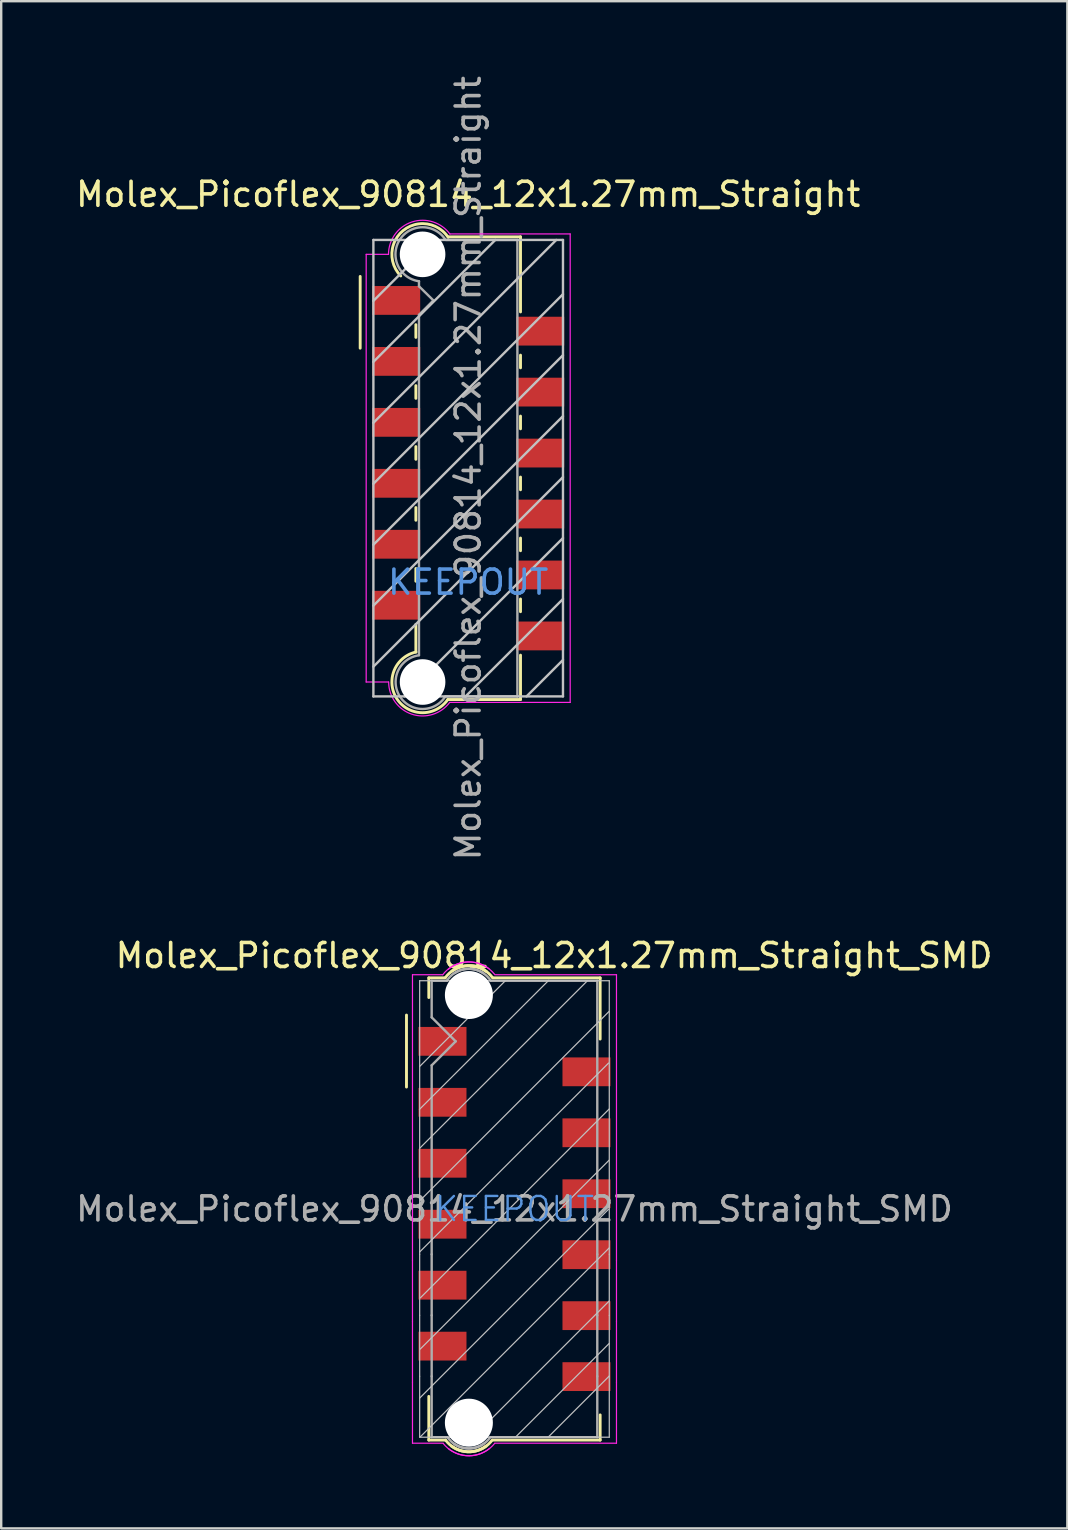
<source format=kicad_pcb>
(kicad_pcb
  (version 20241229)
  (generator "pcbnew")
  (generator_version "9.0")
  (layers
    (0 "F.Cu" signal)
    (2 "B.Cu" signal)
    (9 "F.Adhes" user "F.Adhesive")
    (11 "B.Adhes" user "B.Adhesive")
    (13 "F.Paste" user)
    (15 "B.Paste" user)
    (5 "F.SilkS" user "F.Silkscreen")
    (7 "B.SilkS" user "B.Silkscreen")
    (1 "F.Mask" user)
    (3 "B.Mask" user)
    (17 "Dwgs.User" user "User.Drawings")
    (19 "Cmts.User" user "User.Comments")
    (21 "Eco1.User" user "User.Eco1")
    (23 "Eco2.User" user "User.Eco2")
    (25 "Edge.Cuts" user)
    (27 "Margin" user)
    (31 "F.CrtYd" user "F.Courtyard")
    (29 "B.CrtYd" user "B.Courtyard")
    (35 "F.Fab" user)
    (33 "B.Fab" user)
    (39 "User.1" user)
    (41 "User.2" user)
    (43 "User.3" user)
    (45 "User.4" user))
  (footprint "Molex_Picoflex_90814_12x1.27mm_Straight_SMD"
    (layer "F.Cu")
    (at 18.387 47.325)
    (property "Reference" "Molex_Picoflex_90814_12x1.27mm_Straight_SMD" (at 1.65 -10.56 0) (layer "F.SilkS") (effects (font (size 1 1) (thickness 0.15))))
    (attr smd)
    (fp_line (start -4.5 -8.08) (end -4.5 -5.08) (stroke (width 0.12) (type solid)) (layer "F.SilkS"))
    (fp_line (start -3.57 -9.63) (end -2.89 -9.63) (stroke (width 0.12) (type solid)) (layer "F.SilkS"))
    (fp_line (start -3.57 -8.81) (end -3.57 -9.63) (stroke (width 0.12) (type solid)) (layer "F.SilkS"))
    (fp_line (start -3.57 9.63) (end -3.57 7.81) (stroke (width 0.12) (type solid)) (layer "F.SilkS"))
    (fp_line (start -2.87 9.63) (end -3.57 9.63) (stroke (width 0.12) (type solid)) (layer "F.SilkS"))
    (fp_line (start -0.89 -9.63) (end 3.57 -9.63) (stroke (width 0.12) (type solid)) (layer "F.SilkS"))
    (fp_line (start 3.57 -9.63) (end 3.57 -7.08) (stroke (width 0.12) (type solid)) (layer "F.SilkS"))
    (fp_line (start 3.57 8.58) (end 3.57 9.63) (stroke (width 0.12) (type solid)) (layer "F.SilkS"))
    (fp_line (start 3.57 9.63) (end -0.9 9.63) (stroke (width 0.12) (type solid)) (layer "F.SilkS"))
    (fp_arc (start -2.88 -9.64) (mid -2.083848 -10.122082) (end -1.18 -9.9) (stroke (width 0.12) (type solid)) (layer "F.SilkS"))
    (fp_arc (start -2.61 -9.91) (mid -1.70201 -10.122082) (end -0.91 -9.63) (stroke (width 0.12) (type solid)) (layer "F.SilkS"))
    (fp_arc (start -1.18 9.88) (mid -2.076777 10.10501) (end -2.87 9.63) (stroke (width 0.12) (type solid)) (layer "F.SilkS"))
    (fp_arc (start -0.93 9.63) (mid -1.723223 10.10501) (end -2.62 9.88) (stroke (width 0.12) (type solid)) (layer "F.SilkS"))
    (fp_line (start -3.96 -4.15) (end 1.43 -9.53) (stroke (width 0.05) (type solid)) (layer "Dwgs.User"))
    (fp_line (start -3.95 -5.94) (end -0.38 -9.51) (stroke (width 0.05) (type solid)) (layer "Dwgs.User"))
    (fp_line (start -3.95 -2.53) (end 3.04 -9.51) (stroke (width 0.05) (type solid)) (layer "Dwgs.User"))
    (fp_line (start -3.95 1.79) (end 3.92 -6.08) (stroke (width 0.05) (type solid)) (layer "Dwgs.User"))
    (fp_line (start -3.95 1.89) (end -3.95 -9.51) (stroke (width 0.05) (type solid)) (layer "Dwgs.User"))
    (fp_line (start -3.95 4.43) (end -3.95 1.89) (stroke (width 0.05) (type solid)) (layer "Dwgs.User"))
    (fp_line (start -3.95 6.97) (end -3.95 4.43) (stroke (width 0.05) (type solid)) (layer "Dwgs.User"))
    (fp_line (start -3.95 6.97) (end -3.95 9.51) (stroke (width 0.05) (type solid)) (layer "Dwgs.User"))
    (fp_line (start -3.95 7.88) (end 3.92 0.01) (stroke (width 0.05) (type solid)) (layer "Dwgs.User"))
    (fp_line (start -3.95 9.51) (end 3.95 9.51) (stroke (width 0.05) (type solid)) (layer "Dwgs.User"))
    (fp_line (start -3.93 -0.36) (end 3.94 -8.23) (stroke (width 0.05) (type solid)) (layer "Dwgs.User"))
    (fp_line (start -3.93 5.84) (end 3.94 -2.03) (stroke (width 0.05) (type solid)) (layer "Dwgs.User"))
    (fp_line (start -3.92 3.7) (end 3.95 -4.17) (stroke (width 0.05) (type solid)) (layer "Dwgs.User"))
    (fp_line (start -3.92 9.49) (end 3.95 1.62) (stroke (width 0.05) (type solid)) (layer "Dwgs.User"))
    (fp_line (start -1.74 9.52) (end 3.95 3.83) (stroke (width 0.05) (type solid)) (layer "Dwgs.User"))
    (fp_line (start 0.03 9.52) (end 3.95 5.6) (stroke (width 0.05) (type solid)) (layer "Dwgs.User"))
    (fp_line (start 1.4 9.51) (end 3.95 6.96) (stroke (width 0.05) (type solid)) (layer "Dwgs.User"))
    (fp_line (start 3.95 -9.51) (end -3.95 -9.51) (stroke (width 0.05) (type solid)) (layer "Dwgs.User"))
    (fp_line (start 3.95 -9.51) (end 3.95 1.89) (stroke (width 0.05) (type solid)) (layer "Dwgs.User"))
    (fp_line (start 3.95 1.89) (end 3.95 4.43) (stroke (width 0.05) (type solid)) (layer "Dwgs.User"))
    (fp_line (start 3.95 4.43) (end 3.95 6.97) (stroke (width 0.05) (type solid)) (layer "Dwgs.User"))
    (fp_line (start 3.95 6.97) (end 3.95 9.51) (stroke (width 0.05) (type solid)) (layer "Dwgs.User"))
    (fp_line (start -4.25 -9.76) (end -4.25 2.14) (stroke (width 0.05) (type solid)) (layer "F.CrtYd"))
    (fp_line (start -4.25 2.14) (end -4.25 4.68) (stroke (width 0.05) (type solid)) (layer "F.CrtYd"))
    (fp_line (start -4.25 4.68) (end -4.25 7.22) (stroke (width 0.05) (type solid)) (layer "F.CrtYd"))
    (fp_line (start -4.25 9.76) (end -4.25 7.22) (stroke (width 0.05) (type solid)) (layer "F.CrtYd"))
    (fp_line (start -4.25 9.76) (end -2.97 9.76) (stroke (width 0.05) (type solid)) (layer "F.CrtYd"))
    (fp_line (start -2.99 -9.76) (end -4.25 -9.76) (stroke (width 0.05) (type solid)) (layer "F.CrtYd"))
    (fp_line (start -0.82 -9.76) (end 4.25 -9.76) (stroke (width 0.05) (type solid)) (layer "F.CrtYd"))
    (fp_line (start 4.25 -9.76) (end 4.25 2.14) (stroke (width 0.05) (type solid)) (layer "F.CrtYd"))
    (fp_line (start 4.25 4.68) (end 4.25 2.14) (stroke (width 0.05) (type solid)) (layer "F.CrtYd"))
    (fp_line (start 4.25 7.22) (end 4.25 4.68) (stroke (width 0.05) (type solid)) (layer "F.CrtYd"))
    (fp_line (start 4.25 7.22) (end 4.25 9.76) (stroke (width 0.05) (type solid)) (layer "F.CrtYd"))
    (fp_line (start 4.25 9.76) (end -0.82 9.76) (stroke (width 0.05) (type solid)) (layer "F.CrtYd"))
    (fp_arc (start -2.99 -9.76) (mid -2.076777 -10.284716) (end -1.06 -10.01) (stroke (width 0.05) (type solid)) (layer "F.CrtYd"))
    (fp_arc (start -2.76 -9.99) (mid -1.751508 -10.284716) (end -0.83 -9.78) (stroke (width 0.05) (type solid)) (layer "F.CrtYd"))
    (fp_arc (start -1.04 9.98) (mid -2.048492 10.274716) (end -2.97 9.77) (stroke (width 0.05) (type solid)) (layer "F.CrtYd"))
    (fp_arc (start -0.82 9.76) (mid -1.737365 10.274716) (end -2.75 9.99) (stroke (width 0.05) (type solid)) (layer "F.CrtYd"))
    (fp_line (start -3.45 -9.51) (end -3.45 -7.985) (stroke (width 0.1) (type solid)) (layer "F.Fab"))
    (fp_line (start -3.45 -9.51) (end -2.81 -9.51) (stroke (width 0.1) (type solid)) (layer "F.Fab"))
    (fp_line (start -3.45 -5.985) (end -2.45 -6.985) (stroke (width 0.1) (type solid)) (layer "F.Fab"))
    (fp_line (start -3.45 1.89) (end -3.45 -5.985) (stroke (width 0.1) (type solid)) (layer "F.Fab"))
    (fp_line (start -3.45 1.89) (end -3.45 4.43) (stroke (width 0.1) (type solid)) (layer "F.Fab"))
    (fp_line (start -3.45 4.43) (end -3.45 6.97) (stroke (width 0.1) (type solid)) (layer "F.Fab"))
    (fp_line (start -3.45 6.97) (end -3.45 9.51) (stroke (width 0.1) (type solid)) (layer "F.Fab"))
    (fp_line (start -3.45 9.51) (end -2.79 9.51) (stroke (width 0.1) (type solid)) (layer "F.Fab"))
    (fp_line (start -2.45 -6.985) (end -3.45 -7.985) (stroke (width 0.1) (type solid)) (layer "F.Fab"))
    (fp_line (start -1 -9.51) (end 3.45 -9.51) (stroke (width 0.1) (type solid)) (layer "F.Fab"))
    (fp_line (start 3.45 -9.51) (end 3.45 1.89) (stroke (width 0.1) (type solid)) (layer "F.Fab"))
    (fp_line (start 3.45 1.89) (end 3.45 4.43) (stroke (width 0.1) (type solid)) (layer "F.Fab"))
    (fp_line (start 3.45 4.43) (end 3.45 6.97) (stroke (width 0.1) (type solid)) (layer "F.Fab"))
    (fp_line (start 3.45 6.97) (end 3.45 9.51) (stroke (width 0.1) (type solid)) (layer "F.Fab"))
    (fp_line (start 3.45 9.51) (end -1 9.51) (stroke (width 0.1) (type solid)) (layer "F.Fab"))
    (fp_arc (start -2.81 -9.52) (mid -2.119203 -9.987731) (end -1.3 -9.83) (stroke (width 0.1) (type solid)) (layer "F.Fab"))
    (fp_arc (start -2.49 -9.83) (mid -1.673726 -9.98066) (end -0.99 -9.51) (stroke (width 0.1) (type solid)) (layer "F.Fab"))
    (fp_arc (start -1.29 9.79) (mid -2.09799 9.96066) (end -2.79 9.51) (stroke (width 0.1) (type solid)) (layer "F.Fab"))
    (fp_arc (start -1.01 9.51) (mid -1.70201 9.96066) (end -2.51 9.79) (stroke (width 0.1) (type solid)) (layer "F.Fab"))
    (fp_text user "KEEPOUT" (at 0 0 0) (layer "Cmts.User") (effects (font (size 1 1) (thickness 0.1))))
    (fp_text user "${REFERENCE}" (at 0 0 0) (layer "F.Fab") (effects (font (size 1 1) (thickness 0.15))))
    (pad "" np_thru_hole circle (at -1.9 -8.915) (size 2 2) (drill 2) (layers "*.Cu" "*.Mask"))
    (pad "" np_thru_hole circle (at -1.9 8.905) (size 2 2) (drill 2) (layers "*.Cu" "*.Mask"))
    (pad "1" smd rect (at -3 -6.985) (size 2 1.2) (layers "F.Cu" "F.Mask" "F.Paste"))
    (pad "2" smd rect (at 3 -5.715) (size 2 1.2) (layers "F.Cu" "F.Mask" "F.Paste"))
    (pad "3" smd rect (at -3 -4.445) (size 2 1.2) (layers "F.Cu" "F.Mask" "F.Paste"))
    (pad "4" smd rect (at 3 -3.175) (size 2 1.2) (layers "F.Cu" "F.Mask" "F.Paste"))
    (pad "5" smd rect (at -3 -1.905) (size 2 1.2) (layers "F.Cu" "F.Mask" "F.Paste"))
    (pad "6" smd rect (at 3 -0.635) (size 2 1.2) (layers "F.Cu" "F.Mask" "F.Paste"))
    (pad "7" smd rect (at -3 0.635) (size 2 1.2) (layers "F.Cu" "F.Mask" "F.Paste"))
    (pad "8" smd rect (at 3 1.905) (size 2 1.2) (layers "F.Cu" "F.Mask" "F.Paste"))
    (pad "9" smd rect (at -3 3.175) (size 2 1.2) (layers "F.Cu" "F.Mask" "F.Paste"))
    (pad "10" smd rect (at 3 4.445) (size 2 1.2) (layers "F.Cu" "F.Mask" "F.Paste"))
    (pad "11" smd rect (at -3 5.715) (size 2 1.2) (layers "F.Cu" "F.Mask" "F.Paste"))
    (pad "12" smd rect (at 3 6.985) (size 2 1.2) (layers "F.Cu" "F.Mask" "F.Paste")))
  (footprint "Molex_Picoflex_90814_12x1.27mm_Straight"
    (layer "F.Cu")
    (at 16.458 16.458)
    (property "Reference" "Molex_Picoflex_90814_12x1.27mm_Straight" (at 0 -11.41 0) (layer "F.SilkS") (effects (font (size 1 1) (thickness 0.15))))
    (attr smd)
    (fp_line (start -4.5 -7.99) (end -4.5 -5) (stroke (width 0.12) (type solid)) (layer "F.SilkS"))
    (fp_line (start -2.18 -5.45) (end -2.18 -5.98) (stroke (width 0.12) (type solid)) (layer "F.SilkS"))
    (fp_line (start -2.18 -2.91) (end -2.18 -3.44) (stroke (width 0.12) (type solid)) (layer "F.SilkS"))
    (fp_line (start -2.18 -0.37) (end -2.18 -0.9) (stroke (width 0.12) (type solid)) (layer "F.SilkS"))
    (fp_line (start -2.18 2.17) (end -2.18 1.64) (stroke (width 0.12) (type solid)) (layer "F.SilkS"))
    (fp_line (start -2.18 4.71) (end -2.18 4.18) (stroke (width 0.12) (type solid)) (layer "F.SilkS"))
    (fp_line (start -2.18 7.66) (end -2.18 6.51) (stroke (width 0.12) (type solid)) (layer "F.SilkS"))
    (fp_line (start 2.18 -9.64) (end -0.82 -9.64) (stroke (width 0.12) (type solid)) (layer "F.SilkS"))
    (fp_line (start 2.18 -9.64) (end 2.18 -6.51) (stroke (width 0.12) (type solid)) (layer "F.SilkS"))
    (fp_line (start 2.18 -4.71) (end 2.18 -4.18) (stroke (width 0.12) (type solid)) (layer "F.SilkS"))
    (fp_line (start 2.18 -2.17) (end 2.18 -1.64) (stroke (width 0.12) (type solid)) (layer "F.SilkS"))
    (fp_line (start 2.18 0.37) (end 2.18 0.9) (stroke (width 0.12) (type solid)) (layer "F.SilkS"))
    (fp_line (start 2.18 2.91) (end 2.18 3.44) (stroke (width 0.12) (type solid)) (layer "F.SilkS"))
    (fp_line (start 2.18 5.45) (end 2.18 5.98) (stroke (width 0.12) (type solid)) (layer "F.SilkS"))
    (fp_line (start 2.18 7.79) (end 2.18 9.64) (stroke (width 0.12) (type solid)) (layer "F.SilkS"))
    (fp_line (start 2.18 9.64) (end -0.85 9.64) (stroke (width 0.12) (type solid)) (layer "F.SilkS"))
    (fp_arc (start -2.81 -8.01) (mid -2.708637 -9.902072) (end -0.834991 -9.619828) (stroke (width 0.12) (type solid)) (layer "F.SilkS"))
    (fp_arc (start -0.85 9.64) (mid -2.962791 9.621248) (end -2.174424 7.660964) (stroke (width 0.12) (type solid)) (layer "F.SilkS"))
    (fp_line (start -3.95 -9.51) (end -3.95 9.51) (stroke (width 0.1) (type solid)) (layer "Dwgs.User"))
    (fp_line (start -3.95 -6.97) (end -1.41 -9.51) (stroke (width 0.1) (type solid)) (layer "Dwgs.User"))
    (fp_line (start -3.95 -4.43) (end 1.13 -9.51) (stroke (width 0.1) (type solid)) (layer "Dwgs.User"))
    (fp_line (start -3.95 -1.89) (end 3.67 -9.51) (stroke (width 0.1) (type solid)) (layer "Dwgs.User"))
    (fp_line (start -3.95 0.65) (end 3.95 -7.25) (stroke (width 0.1) (type solid)) (layer "Dwgs.User"))
    (fp_line (start -3.95 3.19) (end 3.95 -4.71) (stroke (width 0.1) (type solid)) (layer "Dwgs.User"))
    (fp_line (start -3.95 5.73) (end 3.95 -2.17) (stroke (width 0.1) (type solid)) (layer "Dwgs.User"))
    (fp_line (start -3.95 8.27) (end 3.95 0.37) (stroke (width 0.1) (type solid)) (layer "Dwgs.User"))
    (fp_line (start -3.95 9.51) (end 3.95 9.51) (stroke (width 0.1) (type solid)) (layer "Dwgs.User"))
    (fp_line (start -2.65 9.51) (end 3.95 2.91) (stroke (width 0.1) (type solid)) (layer "Dwgs.User"))
    (fp_line (start -0.11 9.51) (end 3.95 5.45) (stroke (width 0.1) (type solid)) (layer "Dwgs.User"))
    (fp_line (start 2.43 9.51) (end 3.95 7.99) (stroke (width 0.1) (type solid)) (layer "Dwgs.User"))
    (fp_line (start 3.95 -9.51) (end -3.95 -9.51) (stroke (width 0.1) (type solid)) (layer "Dwgs.User"))
    (fp_line (start 3.95 9.51) (end 3.95 -9.51) (stroke (width 0.1) (type solid)) (layer "Dwgs.User"))
    (fp_line (start -4.25 8.91) (end -4.25 -8.91) (stroke (width 0.05) (type solid)) (layer "F.CrtYd"))
    (fp_line (start -3.32 -8.91) (end -4.25 -8.91) (stroke (width 0.05) (type solid)) (layer "F.CrtYd"))
    (fp_line (start -3.32 8.91) (end -4.25 8.91) (stroke (width 0.05) (type solid)) (layer "F.CrtYd"))
    (fp_line (start 4.25 -9.76) (end -0.76 -9.76) (stroke (width 0.05) (type solid)) (layer "F.CrtYd"))
    (fp_line (start 4.25 -9.76) (end 4.25 9.76) (stroke (width 0.05) (type solid)) (layer "F.CrtYd"))
    (fp_line (start 4.25 9.76) (end -0.77 9.76) (stroke (width 0.05) (type solid)) (layer "F.CrtYd"))
    (fp_arc (start -3.32 -8.91) (mid -2.344692 -10.258573) (end -0.758523 -9.754648) (stroke (width 0.05) (type solid)) (layer "F.CrtYd"))
    (fp_arc (start -0.77 9.76) (mid -2.348691 10.250924) (end -3.314001 8.908743) (stroke (width 0.05) (type solid)) (layer "F.CrtYd"))
    (fp_line (start -2.05 -7.58) (end -2.05 -7.79) (stroke (width 0.1) (type solid)) (layer "F.Fab"))
    (fp_line (start -2.05 -6.39) (end -1.45 -6.99) (stroke (width 0.1) (type solid)) (layer "F.Fab"))
    (fp_line (start -2.05 7.79) (end -2.05 -6.39) (stroke (width 0.1) (type solid)) (layer "F.Fab"))
    (fp_line (start -1.45 -6.99) (end -2.05 -7.58) (stroke (width 0.1) (type solid)) (layer "F.Fab"))
    (fp_line (start 2.05 -9.51) (end -0.93 -9.51) (stroke (width 0.1) (type solid)) (layer "F.Fab"))
    (fp_line (start 2.05 -9.51) (end 2.05 9.51) (stroke (width 0.1) (type solid)) (layer "F.Fab"))
    (fp_line (start 2.05 9.51) (end -0.95 9.51) (stroke (width 0.1) (type solid)) (layer "F.Fab"))
    (fp_arc (start -2.05 -7.79) (mid -2.851672 -9.519279) (end -0.945612 -9.515015) (stroke (width 0.1) (type solid)) (layer "F.Fab"))
    (fp_arc (start -0.95 9.51) (mid -2.845272 9.517422) (end -2.051022 7.796585) (stroke (width 0.1) (type solid)) (layer "F.Fab"))
    (fp_text user "KEEPOUT" (at 0 4.75 0) (layer "Cmts.User") (effects (font (size 1 1) (thickness 0.15))))
    (fp_text user "${REFERENCE}" (at 0 0 90) (layer "F.Fab") (effects (font (size 1 1) (thickness 0.15))))
    (pad "" np_thru_hole circle (at -1.9 -8.91) (size 1.9 1.9) (drill 1.9) (layers "*.Cu"))
    (pad "" np_thru_hole circle (at -1.9 8.91) (size 1.9 1.9) (drill 1.9) (layers "*.Cu"))
    (pad "1" smd rect (at -3 -6.99) (size 2 1.2) (layers "F.Cu" "F.Mask" "F.Paste"))
    (pad "2" smd rect (at 3 -5.71) (size 2 1.2) (layers "F.Cu" "F.Mask" "F.Paste"))
    (pad "3" smd rect (at -3 -4.45) (size 2 1.2) (layers "F.Cu" "F.Mask" "F.Paste"))
    (pad "4" smd rect (at 3 -3.17) (size 2 1.2) (layers "F.Cu" "F.Mask" "F.Paste"))
    (pad "5" smd rect (at -3 -1.91) (size 2 1.2) (layers "F.Cu" "F.Mask" "F.Paste"))
    (pad "6" smd rect (at 3 -0.63) (size 2 1.2) (layers "F.Cu" "F.Mask" "F.Paste"))
    (pad "7" smd rect (at -3 0.63) (size 2 1.2) (layers "F.Cu" "F.Mask" "F.Paste"))
    (pad "8" smd rect (at 3 1.91) (size 2 1.2) (layers "F.Cu" "F.Mask" "F.Paste"))
    (pad "9" smd rect (at -3 3.17) (size 2 1.2) (layers "F.Cu" "F.Mask" "F.Paste"))
    (pad "10" smd rect (at 3 4.45) (size 2 1.2) (layers "F.Cu" "F.Mask" "F.Paste"))
    (pad "11" smd rect (at -3 5.71) (size 2 1.2) (layers "F.Cu" "F.Mask" "F.Paste"))
    (pad "12" smd rect (at 3 6.99) (size 2 1.2) (layers "F.Cu" "F.Mask" "F.Paste")))
  (gr_rect
    (start -3 -3)
    (end 41.424 60.634)
    (stroke (width 0.1) (type default))
    (fill no)
    (layer "Edge.Cuts")))
</source>
